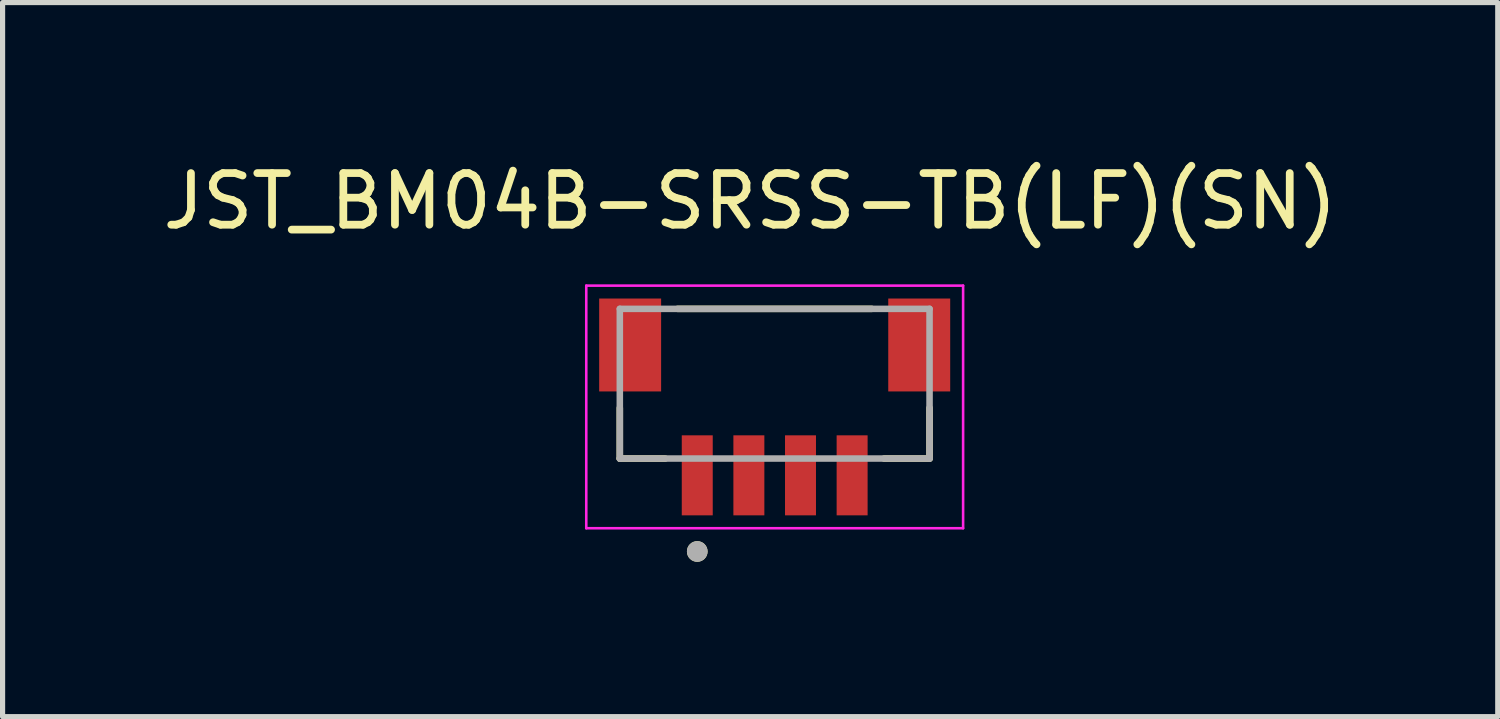
<source format=kicad_pcb>
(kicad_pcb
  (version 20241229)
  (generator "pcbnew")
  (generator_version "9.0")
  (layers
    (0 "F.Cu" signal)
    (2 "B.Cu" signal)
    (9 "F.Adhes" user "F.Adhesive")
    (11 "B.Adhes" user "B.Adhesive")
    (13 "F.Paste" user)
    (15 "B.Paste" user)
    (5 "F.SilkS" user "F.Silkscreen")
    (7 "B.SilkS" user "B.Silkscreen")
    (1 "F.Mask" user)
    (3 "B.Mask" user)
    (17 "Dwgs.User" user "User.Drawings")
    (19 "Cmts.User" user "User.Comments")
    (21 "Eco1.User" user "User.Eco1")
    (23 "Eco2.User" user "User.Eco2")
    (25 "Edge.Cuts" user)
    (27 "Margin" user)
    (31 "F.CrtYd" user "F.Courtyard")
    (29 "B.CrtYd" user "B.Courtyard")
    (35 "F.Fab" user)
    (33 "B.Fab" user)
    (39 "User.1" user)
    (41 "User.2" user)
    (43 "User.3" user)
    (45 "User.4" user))
  (footprint "JST_BM04B-SRSS-TB(LF)(SN)"
    (layer "F.Cu")
    (at 11.957 3.633)
    (property "Reference" "JST_BM04B-SRSS-TB(LF)(SN)" (at -0.475 -2.785 0) (layer "F.SilkS") (effects (font (size 1 1) (thickness 0.15))))
    (attr smd)
    (fp_line (start -3 2.2) (end -3 1.22) (stroke (width 0.127) (type solid)) (layer "F.SilkS"))
    (fp_line (start -2.12 2.2) (end -3 2.2) (stroke (width 0.127) (type solid)) (layer "F.SilkS"))
    (fp_line (start -1.88 -0.7) (end 1.88 -0.7) (stroke (width 0.127) (type solid)) (layer "F.SilkS"))
    (fp_line (start 3 2.2) (end 2.12 2.2) (stroke (width 0.127) (type solid)) (layer "F.SilkS"))
    (fp_line (start 3 2.2) (end 3 1.22) (stroke (width 0.127) (type solid)) (layer "F.SilkS"))
    (fp_circle (center -1.5 4) (end -1.4 4) (stroke (width 0.2) (type solid)) (fill no) (layer "F.SilkS"))
    (fp_line (start -3.65 -1.15) (end -3.65 3.55) (stroke (width 0.05) (type solid)) (layer "F.CrtYd"))
    (fp_line (start -3.65 3.55) (end 3.65 3.55) (stroke (width 0.05) (type solid)) (layer "F.CrtYd"))
    (fp_line (start 3.65 -1.15) (end -3.65 -1.15) (stroke (width 0.05) (type solid)) (layer "F.CrtYd"))
    (fp_line (start 3.65 3.55) (end 3.65 -1.15) (stroke (width 0.05) (type solid)) (layer "F.CrtYd"))
    (fp_line (start -3 -0.7) (end 3 -0.7) (stroke (width 0.127) (type solid)) (layer "F.Fab"))
    (fp_line (start -3 2.2) (end -3 -0.7) (stroke (width 0.127) (type solid)) (layer "F.Fab"))
    (fp_line (start 3 -0.7) (end 3 2.2) (stroke (width 0.127) (type solid)) (layer "F.Fab"))
    (fp_line (start 3 2.2) (end -3 2.2) (stroke (width 0.127) (type solid)) (layer "F.Fab"))
    (fp_circle (center -1.5 4) (end -1.4 4) (stroke (width 0.2) (type solid)) (fill no) (layer "F.Fab"))
    (pad "1" smd rect (at -1.5 2.525) (size 0.6 1.55) (layers "F.Cu" "F.Mask" "F.Paste"))
    (pad "2" smd rect (at -0.5 2.525) (size 0.6 1.55) (layers "F.Cu" "F.Mask" "F.Paste" "Eco1.User"))
    (pad "3" smd rect (at 0.5 2.525) (size 0.6 1.55) (layers "F.Cu" "F.Mask" "F.Paste"))
    (pad "4" smd rect (at 1.5 2.525) (size 0.6 1.55) (layers "F.Cu" "F.Mask" "F.Paste"))
    (pad "S1" smd rect (at -2.8 0) (size 1.2 1.8) (layers "F.Cu" "F.Mask" "F.Paste"))
    (pad "S2" smd rect (at 2.8 0) (size 1.2 1.8) (layers "F.Cu" "F.Mask" "F.Paste")))
  (gr_rect
    (start -3 -3)
    (end 25.964 10.833)
    (stroke (width 0.1) (type default))
    (fill no)
    (layer "Edge.Cuts")))
</source>
